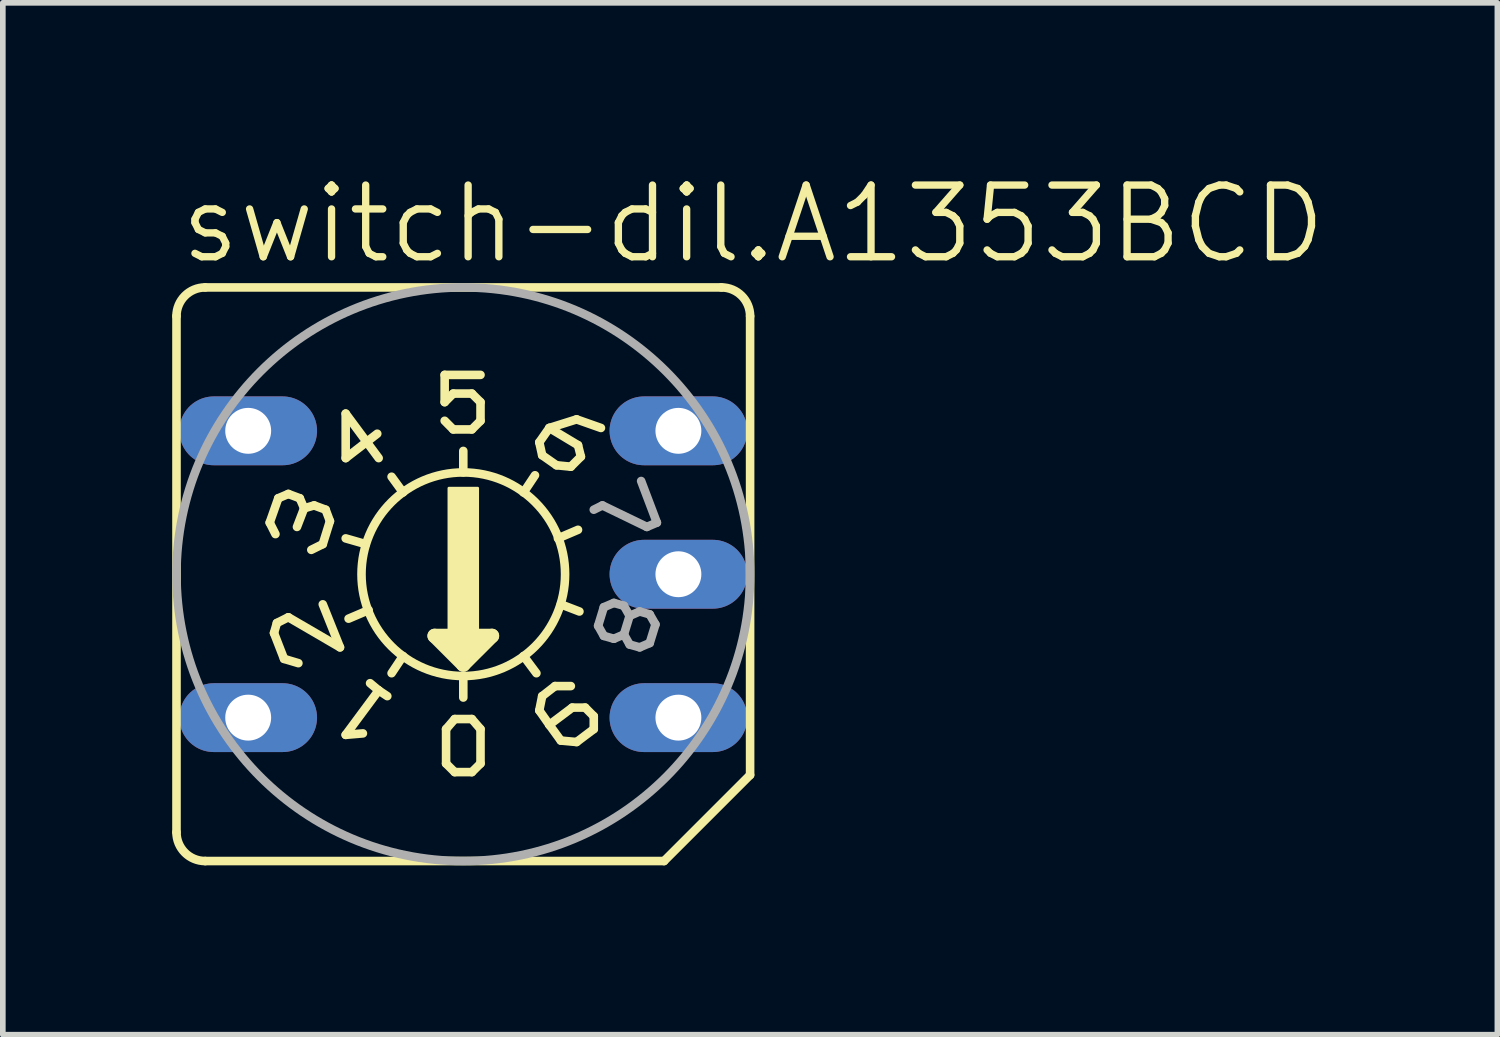
<source format=kicad_pcb>
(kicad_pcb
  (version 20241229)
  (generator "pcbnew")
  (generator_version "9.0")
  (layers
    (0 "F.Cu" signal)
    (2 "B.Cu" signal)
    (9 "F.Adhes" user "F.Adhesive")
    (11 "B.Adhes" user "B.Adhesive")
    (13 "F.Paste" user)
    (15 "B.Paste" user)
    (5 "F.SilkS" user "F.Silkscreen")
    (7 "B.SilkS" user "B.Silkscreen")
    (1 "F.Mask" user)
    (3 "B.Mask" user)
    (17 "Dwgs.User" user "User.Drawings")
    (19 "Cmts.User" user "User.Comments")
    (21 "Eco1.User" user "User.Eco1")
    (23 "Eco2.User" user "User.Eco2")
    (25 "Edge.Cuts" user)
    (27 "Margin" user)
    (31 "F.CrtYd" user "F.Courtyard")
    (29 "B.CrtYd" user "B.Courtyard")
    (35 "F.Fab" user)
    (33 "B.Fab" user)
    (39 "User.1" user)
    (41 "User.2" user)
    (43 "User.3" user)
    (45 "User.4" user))
  (footprint "switch-dil.A1353BCD"
    (layer "F.Cu")
    (at 5.156 7.121)
    (property "Reference" "switch-dil.A1353BCD" (at -5.08 -5.461 0) (layer "F.SilkS") (effects (font (size 1.27 1.27) (thickness 0.13)) (justify left bottom)))
    (attr through_hole)
    (fp_line (start -5.08 4.572) (end -5.08 -4.572) (stroke (width 0.152) (type default)) (layer "F.SilkS"))
    (fp_line (start -4.572 -5.08) (end 4.572 -5.08) (stroke (width 0.152) (type default)) (layer "F.SilkS"))
    (fp_line (start -4.572 5.08) (end 3.556 5.08) (stroke (width 0.152) (type default)) (layer "F.SilkS"))
    (fp_line (start -3.429 -0.914) (end -3.327 -0.711) (stroke (width 0.152) (type default)) (layer "F.SilkS"))
    (fp_line (start -3.353 1.041) (end -3.175 1.499) (stroke (width 0.152) (type default)) (layer "F.SilkS"))
    (fp_line (start -3.302 0.864) (end -3.353 1.041) (stroke (width 0.152) (type default)) (layer "F.SilkS"))
    (fp_line (start -3.277 -1.346) (end -3.429 -0.914) (stroke (width 0.152) (type default)) (layer "F.SilkS"))
    (fp_line (start -3.175 1.499) (end -2.921 1.575) (stroke (width 0.152) (type default)) (layer "F.SilkS"))
    (fp_line (start -3.099 -1.422) (end -3.277 -1.346) (stroke (width 0.152) (type default)) (layer "F.SilkS"))
    (fp_line (start -3.099 0.762) (end -3.302 0.864) (stroke (width 0.152) (type default)) (layer "F.SilkS"))
    (fp_line (start -2.896 -1.346) (end -3.099 -1.422) (stroke (width 0.152) (type default)) (layer "F.SilkS"))
    (fp_line (start -2.819 -1.168) (end -2.946 -0.838) (stroke (width 0.152) (type default)) (layer "F.SilkS"))
    (fp_line (start -2.819 -1.168) (end -2.896 -1.346) (stroke (width 0.152) (type default)) (layer "F.SilkS"))
    (fp_line (start -2.642 -1.219) (end -2.819 -1.168) (stroke (width 0.152) (type default)) (layer "F.SilkS"))
    (fp_line (start -2.489 -0.533) (end -2.692 -0.432) (stroke (width 0.152) (type default)) (layer "F.SilkS"))
    (fp_line (start -2.489 -0.533) (end -2.362 -0.94) (stroke (width 0.152) (type default)) (layer "F.SilkS"))
    (fp_line (start -2.489 0.533) (end -2.184 1.295) (stroke (width 0.152) (type default)) (layer "F.SilkS"))
    (fp_line (start -2.438 -1.143) (end -2.642 -1.219) (stroke (width 0.152) (type default)) (layer "F.SilkS"))
    (fp_line (start -2.362 -0.94) (end -2.438 -1.143) (stroke (width 0.152) (type default)) (layer "F.SilkS"))
    (fp_line (start -2.184 1.295) (end -3.099 0.762) (stroke (width 0.152) (type default)) (layer "F.SilkS"))
    (fp_line (start -2.083 -2.845) (end -2.083 -2.057) (stroke (width 0.152) (type default)) (layer "F.SilkS"))
    (fp_line (start -2.083 -2.845) (end -1.499 -2.057) (stroke (width 0.152) (type default)) (layer "F.SilkS"))
    (fp_line (start -2.083 -2.057) (end -1.524 -2.489) (stroke (width 0.152) (type default)) (layer "F.SilkS"))
    (fp_line (start -2.083 2.845) (end -1.778 2.819) (stroke (width 0.152) (type default)) (layer "F.SilkS"))
    (fp_line (start -1.727 -0.533) (end -2.083 -0.635) (stroke (width 0.152) (type default)) (layer "F.SilkS"))
    (fp_line (start -1.676 0.635) (end -2.032 0.787) (stroke (width 0.152) (type default)) (layer "F.SilkS"))
    (fp_line (start -1.651 1.93) (end -1.499 2.057) (stroke (width 0.152) (type default)) (layer "F.SilkS"))
    (fp_line (start -1.499 2.057) (end -2.083 2.845) (stroke (width 0.152) (type default)) (layer "F.SilkS"))
    (fp_line (start -1.499 2.057) (end -1.346 2.159) (stroke (width 0.152) (type default)) (layer "F.SilkS"))
    (fp_line (start -1.067 -1.448) (end -1.27 -1.727) (stroke (width 0.152) (type default)) (layer "F.SilkS"))
    (fp_line (start -1.067 1.448) (end -1.27 1.753) (stroke (width 0.152) (type default)) (layer "F.SilkS"))
    (fp_line (start -0.508 1.092) (end 0 1.6) (stroke (width 0.254) (type default)) (layer "F.SilkS"))
    (fp_line (start -0.33 -3.048) (end -0.33 -3.531) (stroke (width 0.152) (type default)) (layer "F.SilkS"))
    (fp_line (start -0.33 -2.718) (end -0.178 -2.565) (stroke (width 0.152) (type default)) (layer "F.SilkS"))
    (fp_line (start -0.305 2.743) (end -0.305 3.353) (stroke (width 0.152) (type default)) (layer "F.SilkS"))
    (fp_line (start -0.305 3.353) (end -0.152 3.505) (stroke (width 0.152) (type default)) (layer "F.SilkS"))
    (fp_line (start -0.254 1.219) (end 0.254 1.219) (stroke (width 0.254) (type default)) (layer "F.SilkS"))
    (fp_line (start -0.178 -3.2) (end -0.33 -3.048) (stroke (width 0.152) (type default)) (layer "F.SilkS"))
    (fp_line (start -0.178 -2.565) (end 0.152 -2.565) (stroke (width 0.152) (type default)) (layer "F.SilkS"))
    (fp_line (start -0.152 2.565) (end -0.305 2.743) (stroke (width 0.152) (type default)) (layer "F.SilkS"))
    (fp_line (start -0.152 3.505) (end 0.152 3.505) (stroke (width 0.152) (type default)) (layer "F.SilkS"))
    (fp_line (start 0 -1.803) (end 0 -2.184) (stroke (width 0.152) (type default)) (layer "F.SilkS"))
    (fp_line (start 0 1.473) (end 0 1.346) (stroke (width 0.254) (type default)) (layer "F.SilkS"))
    (fp_line (start 0 1.6) (end 0.508 1.092) (stroke (width 0.254) (type default)) (layer "F.SilkS"))
    (fp_line (start 0 1.829) (end 0 2.184) (stroke (width 0.152) (type default)) (layer "F.SilkS"))
    (fp_line (start 0.152 -3.2) (end -0.178 -3.2) (stroke (width 0.152) (type default)) (layer "F.SilkS"))
    (fp_line (start 0.152 -2.565) (end 0.305 -2.718) (stroke (width 0.152) (type default)) (layer "F.SilkS"))
    (fp_line (start 0.152 2.565) (end -0.152 2.565) (stroke (width 0.152) (type default)) (layer "F.SilkS"))
    (fp_line (start 0.152 3.505) (end 0.305 3.353) (stroke (width 0.152) (type default)) (layer "F.SilkS"))
    (fp_line (start 0.305 -3.531) (end -0.33 -3.531) (stroke (width 0.152) (type default)) (layer "F.SilkS"))
    (fp_line (start 0.305 -3.048) (end 0.152 -3.2) (stroke (width 0.152) (type default)) (layer "F.SilkS"))
    (fp_line (start 0.305 -3.048) (end 0.305 -2.718) (stroke (width 0.152) (type default)) (layer "F.SilkS"))
    (fp_line (start 0.305 2.743) (end 0.152 2.565) (stroke (width 0.152) (type default)) (layer "F.SilkS"))
    (fp_line (start 0.305 3.353) (end 0.305 2.743) (stroke (width 0.152) (type default)) (layer "F.SilkS"))
    (fp_line (start 0.508 1.092) (end -0.508 1.092) (stroke (width 0.254) (type default)) (layer "F.SilkS"))
    (fp_line (start 1.067 -1.448) (end 1.27 -1.753) (stroke (width 0.152) (type default)) (layer "F.SilkS"))
    (fp_line (start 1.067 1.448) (end 1.295 1.753) (stroke (width 0.152) (type default)) (layer "F.SilkS"))
    (fp_line (start 1.346 -2.337) (end 1.524 -2.591) (stroke (width 0.152) (type default)) (layer "F.SilkS"))
    (fp_line (start 1.346 2.413) (end 1.524 2.667) (stroke (width 0.152) (type default)) (layer "F.SilkS"))
    (fp_line (start 1.397 -2.108) (end 1.346 -2.337) (stroke (width 0.152) (type default)) (layer "F.SilkS"))
    (fp_line (start 1.397 -2.108) (end 1.651 -1.93) (stroke (width 0.152) (type default)) (layer "F.SilkS"))
    (fp_line (start 1.397 2.159) (end 1.346 2.413) (stroke (width 0.152) (type default)) (layer "F.SilkS"))
    (fp_line (start 1.397 2.159) (end 1.626 1.981) (stroke (width 0.152) (type default)) (layer "F.SilkS"))
    (fp_line (start 1.524 -2.591) (end 2.007 -2.743) (stroke (width 0.152) (type default)) (layer "F.SilkS"))
    (fp_line (start 1.524 2.667) (end 1.727 2.946) (stroke (width 0.152) (type default)) (layer "F.SilkS"))
    (fp_line (start 1.626 1.981) (end 1.905 1.981) (stroke (width 0.152) (type default)) (layer "F.SilkS"))
    (fp_line (start 1.651 -1.93) (end 1.905 -1.905) (stroke (width 0.152) (type default)) (layer "F.SilkS"))
    (fp_line (start 1.676 -0.635) (end 2.032 -0.787) (stroke (width 0.152) (type default)) (layer "F.SilkS"))
    (fp_line (start 1.727 0.533) (end 2.057 0.66) (stroke (width 0.152) (type default)) (layer "F.SilkS"))
    (fp_line (start 1.727 2.946) (end 2.007 2.972) (stroke (width 0.152) (type default)) (layer "F.SilkS"))
    (fp_line (start 1.905 -1.905) (end 2.083 -2.083) (stroke (width 0.152) (type default)) (layer "F.SilkS"))
    (fp_line (start 1.93 2.362) (end 1.524 2.667) (stroke (width 0.152) (type default)) (layer "F.SilkS"))
    (fp_line (start 2.007 -2.743) (end 2.438 -2.591) (stroke (width 0.152) (type default)) (layer "F.SilkS"))
    (fp_line (start 2.007 2.972) (end 2.311 2.743) (stroke (width 0.152) (type default)) (layer "F.SilkS"))
    (fp_line (start 2.032 -2.286) (end 1.524 -2.591) (stroke (width 0.152) (type default)) (layer "F.SilkS"))
    (fp_line (start 2.083 -2.083) (end 2.032 -2.286) (stroke (width 0.152) (type default)) (layer "F.SilkS"))
    (fp_line (start 2.159 2.362) (end 1.93 2.362) (stroke (width 0.152) (type default)) (layer "F.SilkS"))
    (fp_line (start 2.311 2.515) (end 2.159 2.362) (stroke (width 0.152) (type default)) (layer "F.SilkS"))
    (fp_line (start 2.311 2.743) (end 2.311 2.515) (stroke (width 0.152) (type default)) (layer "F.SilkS"))
    (fp_line (start 5.08 3.556) (end 3.556 5.08) (stroke (width 0.152) (type default)) (layer "F.SilkS"))
    (fp_line (start 5.08 3.556) (end 5.08 -4.572) (stroke (width 0.152) (type default)) (layer "F.SilkS"))
    (fp_rect (start -0.254 1.016) (end 0.254 -1.524) (stroke (width 0.05) (type default)) (fill yes) (layer "F.SilkS"))
    (fp_arc (start -5.08 -4.572) (mid -4.93121 -4.93121) (end -4.572 -5.08) (stroke (width 0.1524) (type default)) (layer "F.SilkS"))
    (fp_arc (start -4.572 5.08) (mid -4.93121 4.93121) (end -5.08 4.572) (stroke (width 0.1524) (type default)) (layer "F.SilkS"))
    (fp_arc (start 4.572 -5.08) (mid 4.93121 -4.93121) (end 5.08 -4.572) (stroke (width 0.1524) (type default)) (layer "F.SilkS"))
    (fp_circle (center 0 0) (end 1.803 0) (stroke (width 0.152) (type default)) (fill no) (layer "F.SilkS"))
    (fp_line (start 2.388 0.914) (end 2.489 1.092) (stroke (width 0.152) (type default)) (layer "F.Fab"))
    (fp_line (start 2.464 -1.219) (end 2.311 -1.143) (stroke (width 0.152) (type default)) (layer "F.Fab"))
    (fp_line (start 2.489 0.584) (end 2.388 0.914) (stroke (width 0.152) (type default)) (layer "F.Fab"))
    (fp_line (start 2.489 1.092) (end 2.667 1.143) (stroke (width 0.152) (type default)) (layer "F.Fab"))
    (fp_line (start 2.667 0.508) (end 2.489 0.584) (stroke (width 0.152) (type default)) (layer "F.Fab"))
    (fp_line (start 2.667 1.143) (end 2.845 1.067) (stroke (width 0.152) (type default)) (layer "F.Fab"))
    (fp_line (start 2.845 0.559) (end 2.667 0.508) (stroke (width 0.152) (type default)) (layer "F.Fab"))
    (fp_line (start 2.845 1.067) (end 2.946 0.737) (stroke (width 0.152) (type default)) (layer "F.Fab"))
    (fp_line (start 2.845 1.067) (end 2.946 1.245) (stroke (width 0.152) (type default)) (layer "F.Fab"))
    (fp_line (start 2.946 0.737) (end 2.845 0.559) (stroke (width 0.152) (type default)) (layer "F.Fab"))
    (fp_line (start 2.946 1.245) (end 3.124 1.295) (stroke (width 0.152) (type default)) (layer "F.Fab"))
    (fp_line (start 3.124 0.66) (end 2.946 0.737) (stroke (width 0.152) (type default)) (layer "F.Fab"))
    (fp_line (start 3.124 1.295) (end 3.302 1.219) (stroke (width 0.152) (type default)) (layer "F.Fab"))
    (fp_line (start 3.15 -1.651) (end 3.429 -0.914) (stroke (width 0.152) (type default)) (layer "F.Fab"))
    (fp_line (start 3.251 -0.838) (end 2.464 -1.219) (stroke (width 0.152) (type default)) (layer "F.Fab"))
    (fp_line (start 3.302 0.711) (end 3.124 0.66) (stroke (width 0.152) (type default)) (layer "F.Fab"))
    (fp_line (start 3.302 1.219) (end 3.404 0.889) (stroke (width 0.152) (type default)) (layer "F.Fab"))
    (fp_line (start 3.404 0.889) (end 3.302 0.711) (stroke (width 0.152) (type default)) (layer "F.Fab"))
    (fp_line (start 3.429 -0.914) (end 3.251 -0.838) (stroke (width 0.152) (type default)) (layer "F.Fab"))
    (fp_circle (center 0 0) (end 5.08 0) (stroke (width 0.152) (type default)) (fill no) (layer "F.Fab"))
    (pad "1" thru_hole oval (at 3.81 2.54) (size 2.438 1.219) (drill 0.813) (layers "*.Cu" "*.Mask"))
    (pad "2" thru_hole oval (at -3.81 -2.54) (size 2.438 1.219) (drill 0.813) (layers "*.Cu" "*.Mask"))
    (pad "4" thru_hole oval (at 3.81 -2.54) (size 2.438 1.219) (drill 0.813) (layers "*.Cu" "*.Mask"))
    (pad "8" thru_hole oval (at -3.81 2.54) (size 2.438 1.219) (drill 0.813) (layers "*.Cu" "*.Mask"))
    (pad "C" thru_hole oval (at 3.81 0) (size 2.438 1.219) (drill 0.813) (layers "*.Cu" "*.Mask")))
  (gr_rect
    (start -3 -3)
    (end 23.472 15.277)
    (stroke (width 0.1) (type default))
    (fill no)
    (layer "Edge.Cuts")))
</source>
